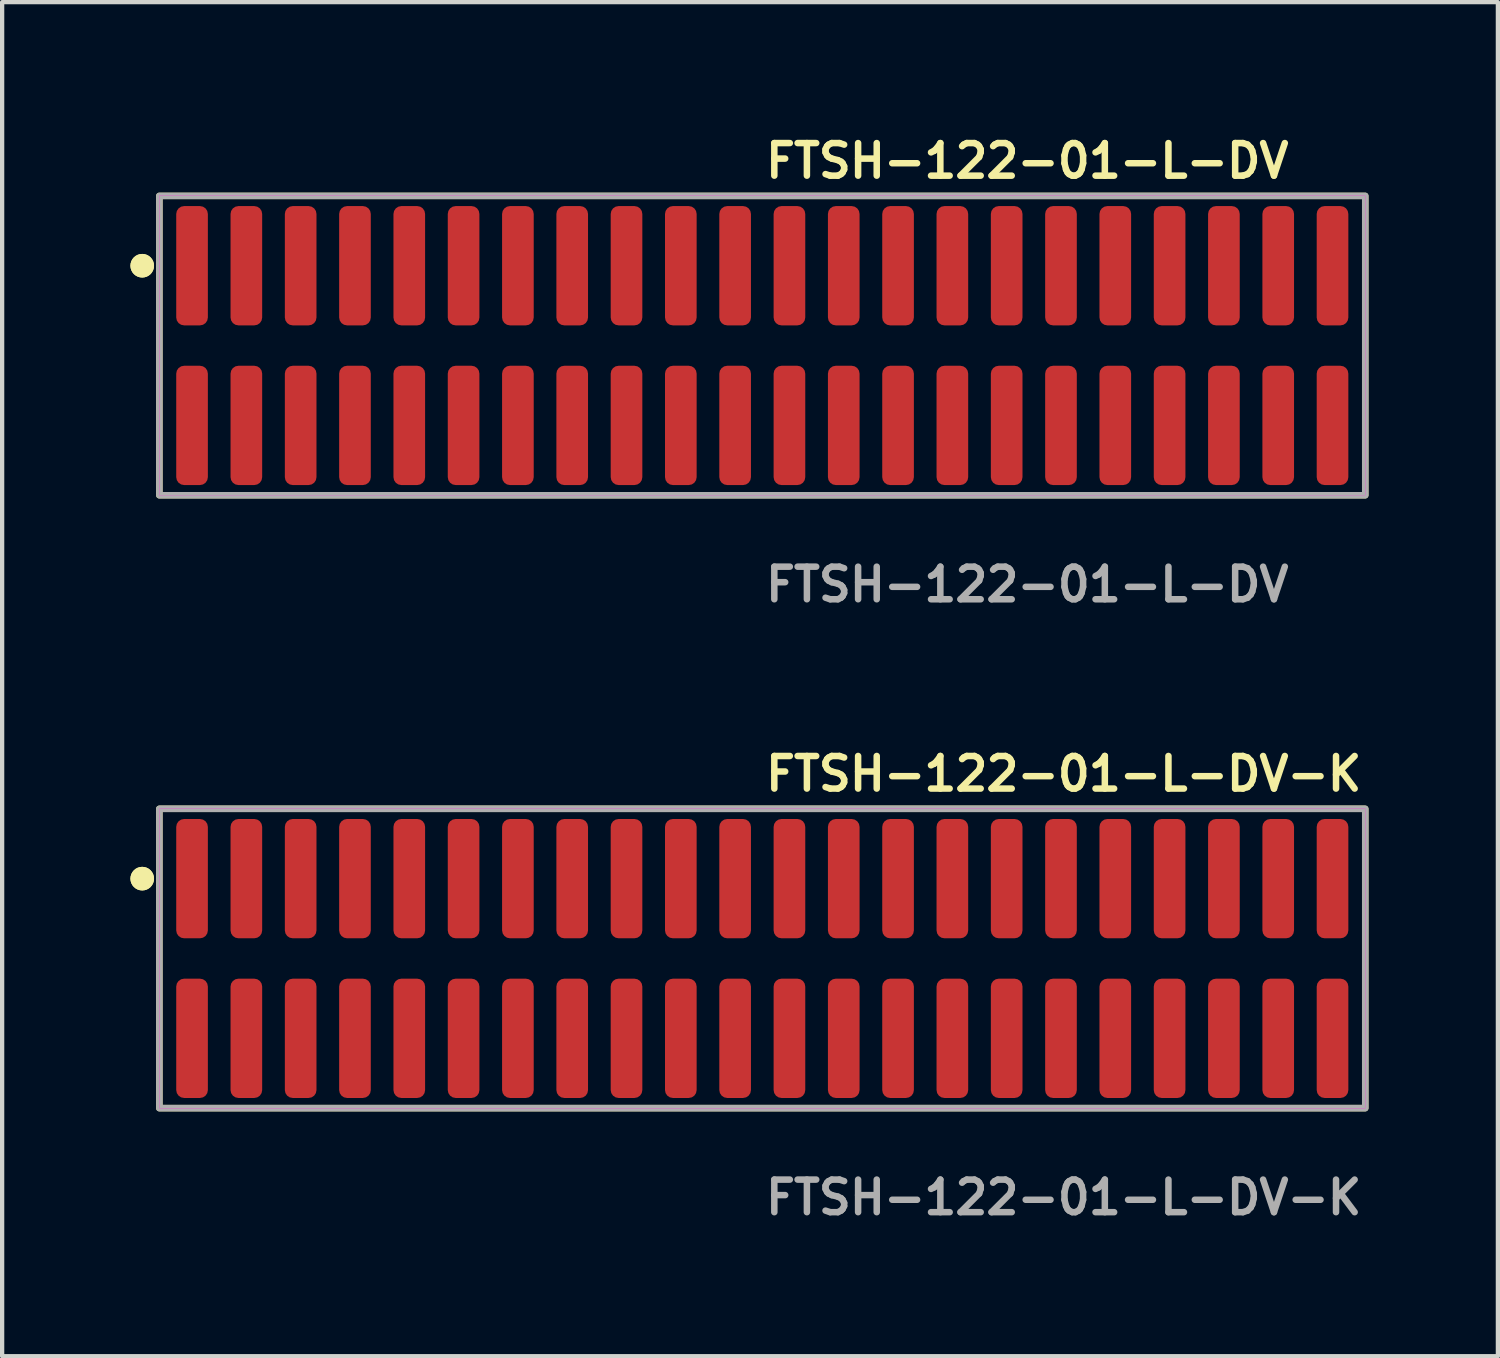
<source format=kicad_pcb>
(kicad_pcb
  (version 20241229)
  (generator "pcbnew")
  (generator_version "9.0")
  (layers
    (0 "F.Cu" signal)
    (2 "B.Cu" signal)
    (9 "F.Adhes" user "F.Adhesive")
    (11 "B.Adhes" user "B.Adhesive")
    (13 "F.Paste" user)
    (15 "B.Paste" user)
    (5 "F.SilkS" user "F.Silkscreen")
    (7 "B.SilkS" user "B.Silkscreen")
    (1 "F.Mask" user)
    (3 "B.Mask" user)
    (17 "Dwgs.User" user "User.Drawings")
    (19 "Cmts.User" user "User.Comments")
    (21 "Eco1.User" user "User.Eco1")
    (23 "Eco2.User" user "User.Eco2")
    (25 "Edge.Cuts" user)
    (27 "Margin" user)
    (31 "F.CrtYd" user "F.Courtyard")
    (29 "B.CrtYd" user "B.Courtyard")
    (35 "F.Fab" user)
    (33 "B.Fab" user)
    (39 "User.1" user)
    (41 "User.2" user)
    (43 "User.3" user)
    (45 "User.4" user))
  (footprint "FTSH-122-01-L-DV"
    (layer "F.Cu")
    (at 14.776 5.031)
    (property "Reference" "FTSH-122-01-L-DV" (at 0 -4.318 0) (unlocked yes) (layer "F.SilkS") (effects (font (size 0.762 0.762) (thickness 0.152)) (justify left)))
    (fp_rect (start -14.1 3.5) (end 14.1 -3.5) (stroke (width 0.152) (type solid)) (fill no) (layer "F.SilkS"))
    (fp_circle (center -14.5 -1.867) (end -14.7 -1.867) (stroke (width 0.152) (type solid)) (fill yes) (layer "F.SilkS"))
    (fp_circle (center -14.5 -1.867) (end -14.7 -1.867) (stroke (width 0.152) (type solid)) (fill yes) (layer "F.SilkS"))
    (fp_rect (start -14.1 3.5) (end 14.1 -3.5) (stroke (width 0.006) (type solid)) (fill no) (layer "F.CrtYd"))
    (fp_rect (start -14.1 3.5) (end 14.1 -3.5) (stroke (width 0.152) (type solid)) (fill no) (layer "F.Fab"))
    (fp_text user "${REFERENCE}" (at 0 5.588 0) (unlocked yes) (layer "F.Fab") (effects (font (size 0.762 0.762) (thickness 0.152)) (justify left)))
    (pad "1" smd roundrect (at -13.335 -1.867) (size 0.74 2.79) (layers "F.Cu" "F.Paste") (roundrect_rratio 0.25))
    (pad "2" smd roundrect (at -13.335 1.867) (size 0.74 2.79) (layers "F.Cu" "F.Paste") (roundrect_rratio 0.25))
    (pad "3" smd roundrect (at -12.065 -1.867) (size 0.74 2.79) (layers "F.Cu" "F.Paste") (roundrect_rratio 0.25))
    (pad "4" smd roundrect (at -12.065 1.867) (size 0.74 2.79) (layers "F.Cu" "F.Paste") (roundrect_rratio 0.25))
    (pad "5" smd roundrect (at -10.795 -1.867) (size 0.74 2.79) (layers "F.Cu" "F.Paste") (roundrect_rratio 0.25))
    (pad "6" smd roundrect (at -10.795 1.867) (size 0.74 2.79) (layers "F.Cu" "F.Paste") (roundrect_rratio 0.25))
    (pad "7" smd roundrect (at -9.525 -1.867) (size 0.74 2.79) (layers "F.Cu" "F.Paste") (roundrect_rratio 0.25))
    (pad "8" smd roundrect (at -9.525 1.867) (size 0.74 2.79) (layers "F.Cu" "F.Paste") (roundrect_rratio 0.25))
    (pad "9" smd roundrect (at -8.255 -1.867) (size 0.74 2.79) (layers "F.Cu" "F.Paste") (roundrect_rratio 0.25))
    (pad "10" smd roundrect (at -8.255 1.867) (size 0.74 2.79) (layers "F.Cu" "F.Paste") (roundrect_rratio 0.25))
    (pad "11" smd roundrect (at -6.985 -1.867) (size 0.74 2.79) (layers "F.Cu" "F.Paste") (roundrect_rratio 0.25))
    (pad "12" smd roundrect (at -6.985 1.867) (size 0.74 2.79) (layers "F.Cu" "F.Paste") (roundrect_rratio 0.25))
    (pad "13" smd roundrect (at -5.715 -1.867) (size 0.74 2.79) (layers "F.Cu" "F.Paste") (roundrect_rratio 0.25))
    (pad "14" smd roundrect (at -5.715 1.867) (size 0.74 2.79) (layers "F.Cu" "F.Paste") (roundrect_rratio 0.25))
    (pad "15" smd roundrect (at -4.445 -1.867) (size 0.74 2.79) (layers "F.Cu" "F.Paste") (roundrect_rratio 0.25))
    (pad "16" smd roundrect (at -4.445 1.867) (size 0.74 2.79) (layers "F.Cu" "F.Paste") (roundrect_rratio 0.25))
    (pad "17" smd roundrect (at -3.175 -1.867) (size 0.74 2.79) (layers "F.Cu" "F.Paste") (roundrect_rratio 0.25))
    (pad "18" smd roundrect (at -3.175 1.867) (size 0.74 2.79) (layers "F.Cu" "F.Paste") (roundrect_rratio 0.25))
    (pad "19" smd roundrect (at -1.905 -1.867) (size 0.74 2.79) (layers "F.Cu" "F.Paste") (roundrect_rratio 0.25))
    (pad "20" smd roundrect (at -1.905 1.867) (size 0.74 2.79) (layers "F.Cu" "F.Paste") (roundrect_rratio 0.25))
    (pad "21" smd roundrect (at -0.635 -1.867) (size 0.74 2.79) (layers "F.Cu" "F.Paste") (roundrect_rratio 0.25))
    (pad "22" smd roundrect (at -0.635 1.867) (size 0.74 2.79) (layers "F.Cu" "F.Paste") (roundrect_rratio 0.25))
    (pad "23" smd roundrect (at 0.635 -1.867) (size 0.74 2.79) (layers "F.Cu" "F.Paste") (roundrect_rratio 0.25))
    (pad "24" smd roundrect (at 0.635 1.867) (size 0.74 2.79) (layers "F.Cu" "F.Paste") (roundrect_rratio 0.25))
    (pad "25" smd roundrect (at 1.905 -1.867) (size 0.74 2.79) (layers "F.Cu" "F.Paste") (roundrect_rratio 0.25))
    (pad "26" smd roundrect (at 1.905 1.867) (size 0.74 2.79) (layers "F.Cu" "F.Paste") (roundrect_rratio 0.25))
    (pad "27" smd roundrect (at 3.175 -1.867) (size 0.74 2.79) (layers "F.Cu" "F.Paste") (roundrect_rratio 0.25))
    (pad "28" smd roundrect (at 3.175 1.867) (size 0.74 2.79) (layers "F.Cu" "F.Paste") (roundrect_rratio 0.25))
    (pad "29" smd roundrect (at 4.445 -1.867) (size 0.74 2.79) (layers "F.Cu" "F.Paste") (roundrect_rratio 0.25))
    (pad "30" smd roundrect (at 4.445 1.867) (size 0.74 2.79) (layers "F.Cu" "F.Paste") (roundrect_rratio 0.25))
    (pad "31" smd roundrect (at 5.715 -1.867) (size 0.74 2.79) (layers "F.Cu" "F.Paste") (roundrect_rratio 0.25))
    (pad "32" smd roundrect (at 5.715 1.867) (size 0.74 2.79) (layers "F.Cu" "F.Paste") (roundrect_rratio 0.25))
    (pad "33" smd roundrect (at 6.985 -1.867) (size 0.74 2.79) (layers "F.Cu" "F.Paste") (roundrect_rratio 0.25))
    (pad "34" smd roundrect (at 6.985 1.867) (size 0.74 2.79) (layers "F.Cu" "F.Paste") (roundrect_rratio 0.25))
    (pad "35" smd roundrect (at 8.255 -1.867) (size 0.74 2.79) (layers "F.Cu" "F.Paste") (roundrect_rratio 0.25))
    (pad "36" smd roundrect (at 8.255 1.867) (size 0.74 2.79) (layers "F.Cu" "F.Paste") (roundrect_rratio 0.25))
    (pad "37" smd roundrect (at 9.525 -1.867) (size 0.74 2.79) (layers "F.Cu" "F.Paste") (roundrect_rratio 0.25))
    (pad "38" smd roundrect (at 9.525 1.867) (size 0.74 2.79) (layers "F.Cu" "F.Paste") (roundrect_rratio 0.25))
    (pad "39" smd roundrect (at 10.795 -1.867) (size 0.74 2.79) (layers "F.Cu" "F.Paste") (roundrect_rratio 0.25))
    (pad "40" smd roundrect (at 10.795 1.867) (size 0.74 2.79) (layers "F.Cu" "F.Paste") (roundrect_rratio 0.25))
    (pad "41" smd roundrect (at 12.065 -1.867) (size 0.74 2.79) (layers "F.Cu" "F.Paste") (roundrect_rratio 0.25))
    (pad "42" smd roundrect (at 12.065 1.867) (size 0.74 2.79) (layers "F.Cu" "F.Paste") (roundrect_rratio 0.25))
    (pad "43" smd roundrect (at 13.335 -1.867) (size 0.74 2.79) (layers "F.Cu" "F.Paste") (roundrect_rratio 0.25))
    (pad "44" smd roundrect (at 13.335 1.867) (size 0.74 2.79) (layers "F.Cu" "F.Paste") (roundrect_rratio 0.25)))
  (footprint "FTSH-122-01-L-DV-K"
    (layer "F.Cu")
    (at 14.776 19.364)
    (property "Reference" "FTSH-122-01-L-DV-K" (at 0 -4.318 0) (unlocked yes) (layer "F.SilkS") (effects (font (size 0.762 0.762) (thickness 0.152)) (justify left)))
    (fp_rect (start -14.1 3.5) (end 14.1 -3.5) (stroke (width 0.152) (type solid)) (fill no) (layer "F.SilkS"))
    (fp_circle (center -14.5 -1.867) (end -14.7 -1.867) (stroke (width 0.152) (type solid)) (fill yes) (layer "F.SilkS"))
    (fp_circle (center -14.5 -1.867) (end -14.7 -1.867) (stroke (width 0.152) (type solid)) (fill yes) (layer "F.SilkS"))
    (fp_rect (start -14.1 3.5) (end 14.1 -3.5) (stroke (width 0.006) (type solid)) (fill no) (layer "F.CrtYd"))
    (fp_rect (start -14.1 3.5) (end 14.1 -3.5) (stroke (width 0.152) (type solid)) (fill no) (layer "F.Fab"))
    (fp_text user "${REFERENCE}" (at 0 5.588 0) (unlocked yes) (layer "F.Fab") (effects (font (size 0.762 0.762) (thickness 0.152)) (justify left)))
    (pad "1" smd roundrect (at -13.335 -1.867) (size 0.74 2.79) (layers "F.Cu" "F.Paste") (roundrect_rratio 0.25))
    (pad "2" smd roundrect (at -13.335 1.867) (size 0.74 2.79) (layers "F.Cu" "F.Paste") (roundrect_rratio 0.25))
    (pad "3" smd roundrect (at -12.065 -1.867) (size 0.74 2.79) (layers "F.Cu" "F.Paste") (roundrect_rratio 0.25))
    (pad "4" smd roundrect (at -12.065 1.867) (size 0.74 2.79) (layers "F.Cu" "F.Paste") (roundrect_rratio 0.25))
    (pad "5" smd roundrect (at -10.795 -1.867) (size 0.74 2.79) (layers "F.Cu" "F.Paste") (roundrect_rratio 0.25))
    (pad "6" smd roundrect (at -10.795 1.867) (size 0.74 2.79) (layers "F.Cu" "F.Paste") (roundrect_rratio 0.25))
    (pad "7" smd roundrect (at -9.525 -1.867) (size 0.74 2.79) (layers "F.Cu" "F.Paste") (roundrect_rratio 0.25))
    (pad "8" smd roundrect (at -9.525 1.867) (size 0.74 2.79) (layers "F.Cu" "F.Paste") (roundrect_rratio 0.25))
    (pad "9" smd roundrect (at -8.255 -1.867) (size 0.74 2.79) (layers "F.Cu" "F.Paste") (roundrect_rratio 0.25))
    (pad "10" smd roundrect (at -8.255 1.867) (size 0.74 2.79) (layers "F.Cu" "F.Paste") (roundrect_rratio 0.25))
    (pad "11" smd roundrect (at -6.985 -1.867) (size 0.74 2.79) (layers "F.Cu" "F.Paste") (roundrect_rratio 0.25))
    (pad "12" smd roundrect (at -6.985 1.867) (size 0.74 2.79) (layers "F.Cu" "F.Paste") (roundrect_rratio 0.25))
    (pad "13" smd roundrect (at -5.715 -1.867) (size 0.74 2.79) (layers "F.Cu" "F.Paste") (roundrect_rratio 0.25))
    (pad "14" smd roundrect (at -5.715 1.867) (size 0.74 2.79) (layers "F.Cu" "F.Paste") (roundrect_rratio 0.25))
    (pad "15" smd roundrect (at -4.445 -1.867) (size 0.74 2.79) (layers "F.Cu" "F.Paste") (roundrect_rratio 0.25))
    (pad "16" smd roundrect (at -4.445 1.867) (size 0.74 2.79) (layers "F.Cu" "F.Paste") (roundrect_rratio 0.25))
    (pad "17" smd roundrect (at -3.175 -1.867) (size 0.74 2.79) (layers "F.Cu" "F.Paste") (roundrect_rratio 0.25))
    (pad "18" smd roundrect (at -3.175 1.867) (size 0.74 2.79) (layers "F.Cu" "F.Paste") (roundrect_rratio 0.25))
    (pad "19" smd roundrect (at -1.905 -1.867) (size 0.74 2.79) (layers "F.Cu" "F.Paste") (roundrect_rratio 0.25))
    (pad "20" smd roundrect (at -1.905 1.867) (size 0.74 2.79) (layers "F.Cu" "F.Paste") (roundrect_rratio 0.25))
    (pad "21" smd roundrect (at -0.635 -1.867) (size 0.74 2.79) (layers "F.Cu" "F.Paste") (roundrect_rratio 0.25))
    (pad "22" smd roundrect (at -0.635 1.867) (size 0.74 2.79) (layers "F.Cu" "F.Paste") (roundrect_rratio 0.25))
    (pad "23" smd roundrect (at 0.635 -1.867) (size 0.74 2.79) (layers "F.Cu" "F.Paste") (roundrect_rratio 0.25))
    (pad "24" smd roundrect (at 0.635 1.867) (size 0.74 2.79) (layers "F.Cu" "F.Paste") (roundrect_rratio 0.25))
    (pad "25" smd roundrect (at 1.905 -1.867) (size 0.74 2.79) (layers "F.Cu" "F.Paste") (roundrect_rratio 0.25))
    (pad "26" smd roundrect (at 1.905 1.867) (size 0.74 2.79) (layers "F.Cu" "F.Paste") (roundrect_rratio 0.25))
    (pad "27" smd roundrect (at 3.175 -1.867) (size 0.74 2.79) (layers "F.Cu" "F.Paste") (roundrect_rratio 0.25))
    (pad "28" smd roundrect (at 3.175 1.867) (size 0.74 2.79) (layers "F.Cu" "F.Paste") (roundrect_rratio 0.25))
    (pad "29" smd roundrect (at 4.445 -1.867) (size 0.74 2.79) (layers "F.Cu" "F.Paste") (roundrect_rratio 0.25))
    (pad "30" smd roundrect (at 4.445 1.867) (size 0.74 2.79) (layers "F.Cu" "F.Paste") (roundrect_rratio 0.25))
    (pad "31" smd roundrect (at 5.715 -1.867) (size 0.74 2.79) (layers "F.Cu" "F.Paste") (roundrect_rratio 0.25))
    (pad "32" smd roundrect (at 5.715 1.867) (size 0.74 2.79) (layers "F.Cu" "F.Paste") (roundrect_rratio 0.25))
    (pad "33" smd roundrect (at 6.985 -1.867) (size 0.74 2.79) (layers "F.Cu" "F.Paste") (roundrect_rratio 0.25))
    (pad "34" smd roundrect (at 6.985 1.867) (size 0.74 2.79) (layers "F.Cu" "F.Paste") (roundrect_rratio 0.25))
    (pad "35" smd roundrect (at 8.255 -1.867) (size 0.74 2.79) (layers "F.Cu" "F.Paste") (roundrect_rratio 0.25))
    (pad "36" smd roundrect (at 8.255 1.867) (size 0.74 2.79) (layers "F.Cu" "F.Paste") (roundrect_rratio 0.25))
    (pad "37" smd roundrect (at 9.525 -1.867) (size 0.74 2.79) (layers "F.Cu" "F.Paste") (roundrect_rratio 0.25))
    (pad "38" smd roundrect (at 9.525 1.867) (size 0.74 2.79) (layers "F.Cu" "F.Paste") (roundrect_rratio 0.25))
    (pad "39" smd roundrect (at 10.795 -1.867) (size 0.74 2.79) (layers "F.Cu" "F.Paste") (roundrect_rratio 0.25))
    (pad "40" smd roundrect (at 10.795 1.867) (size 0.74 2.79) (layers "F.Cu" "F.Paste") (roundrect_rratio 0.25))
    (pad "41" smd roundrect (at 12.065 -1.867) (size 0.74 2.79) (layers "F.Cu" "F.Paste") (roundrect_rratio 0.25))
    (pad "42" smd roundrect (at 12.065 1.867) (size 0.74 2.79) (layers "F.Cu" "F.Paste") (roundrect_rratio 0.25))
    (pad "43" smd roundrect (at 13.335 -1.867) (size 0.74 2.79) (layers "F.Cu" "F.Paste") (roundrect_rratio 0.25))
    (pad "44" smd roundrect (at 13.335 1.867) (size 0.74 2.79) (layers "F.Cu" "F.Paste") (roundrect_rratio 0.25)))
  (gr_rect
    (start -3 -3)
    (end 31.978 28.665)
    (stroke (width 0.1) (type default))
    (fill no)
    (layer "Edge.Cuts")))
</source>
